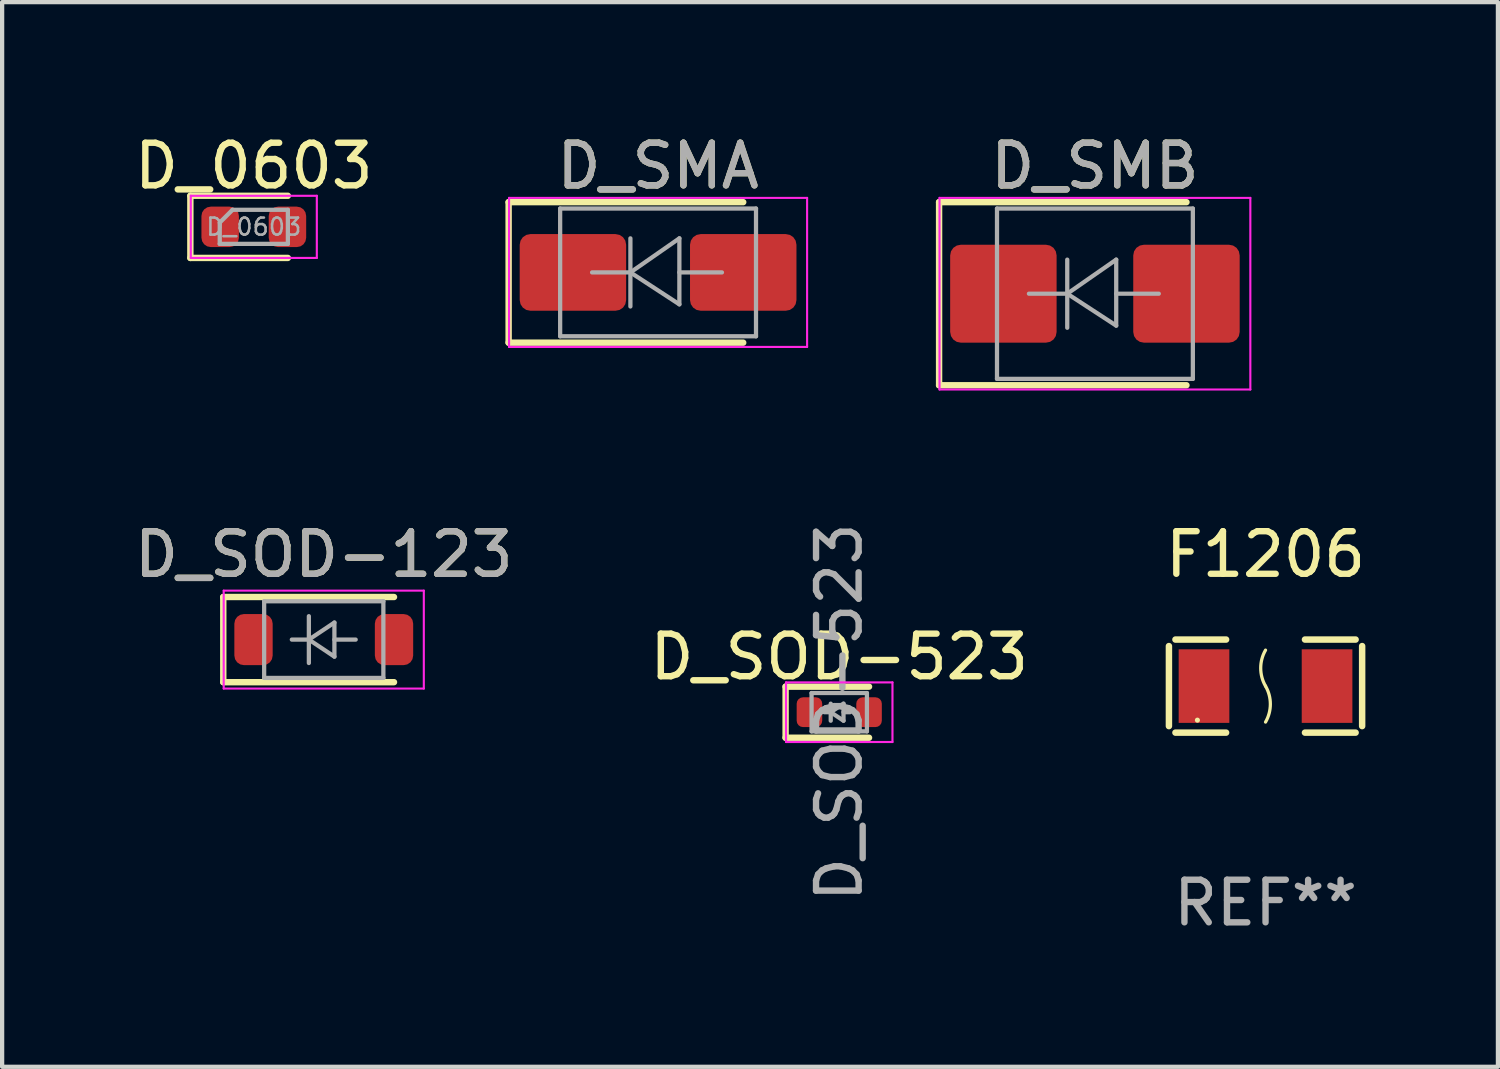
<source format=kicad_pcb>
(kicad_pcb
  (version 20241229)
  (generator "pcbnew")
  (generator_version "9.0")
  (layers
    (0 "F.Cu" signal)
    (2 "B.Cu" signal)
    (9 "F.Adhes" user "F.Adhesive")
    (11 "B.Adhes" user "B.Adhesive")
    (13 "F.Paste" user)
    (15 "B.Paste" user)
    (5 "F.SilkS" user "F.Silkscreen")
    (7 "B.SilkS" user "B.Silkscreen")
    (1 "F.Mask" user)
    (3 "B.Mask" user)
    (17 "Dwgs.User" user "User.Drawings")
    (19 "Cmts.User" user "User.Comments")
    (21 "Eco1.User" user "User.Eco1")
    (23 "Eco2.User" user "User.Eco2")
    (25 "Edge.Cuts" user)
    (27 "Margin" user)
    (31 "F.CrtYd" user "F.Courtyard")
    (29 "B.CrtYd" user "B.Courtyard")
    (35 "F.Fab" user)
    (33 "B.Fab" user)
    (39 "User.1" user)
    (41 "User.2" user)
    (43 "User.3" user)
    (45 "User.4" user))
  (footprint "D_SMA"
    (layer "F.Cu")
    (at 12.406 3.348)
    (property "Reference" "D_SMA" (at 0 -2.5 180) (layer "F.SilkS") (effects (font (size 1 1) (thickness 0.15))))
    (attr smd)
    (fp_line (start -3.51 -1.65) (end -3.51 1.65) (stroke (width 0.15) (type solid)) (layer "F.SilkS"))
    (fp_line (start -3.51 -1.65) (end 2 -1.65) (stroke (width 0.15) (type solid)) (layer "F.SilkS"))
    (fp_line (start -3.51 1.65) (end 2 1.65) (stroke (width 0.15) (type solid)) (layer "F.SilkS"))
    (fp_line (start -3.5 -1.75) (end 3.5 -1.75) (stroke (width 0.05) (type solid)) (layer "F.CrtYd"))
    (fp_line (start -3.5 1.75) (end -3.5 -1.75) (stroke (width 0.05) (type solid)) (layer "F.CrtYd"))
    (fp_line (start 3.5 -1.75) (end 3.5 1.75) (stroke (width 0.05) (type solid)) (layer "F.CrtYd"))
    (fp_line (start 3.5 1.75) (end -3.5 1.75) (stroke (width 0.05) (type solid)) (layer "F.CrtYd"))
    (fp_line (start -2.3 1.5) (end -2.3 -1.5) (stroke (width 0.1) (type solid)) (layer "F.Fab"))
    (fp_line (start -0.65 -0.8) (end -0.65 0.8) (stroke (width 0.1) (type solid)) (layer "F.Fab"))
    (fp_line (start -0.65 0) (end -1.55 0) (stroke (width 0.1) (type solid)) (layer "F.Fab"))
    (fp_line (start -0.65 0) (end 0.5 -0.8) (stroke (width 0.1) (type solid)) (layer "F.Fab"))
    (fp_line (start -0.65 0) (end 0.5 0.75) (stroke (width 0.1) (type solid)) (layer "F.Fab"))
    (fp_line (start 0.5 0) (end 1.5 0) (stroke (width 0.1) (type solid)) (layer "F.Fab"))
    (fp_line (start 0.5 0.75) (end 0.5 -0.8) (stroke (width 0.1) (type solid)) (layer "F.Fab"))
    (fp_line (start 2.3 -1.5) (end -2.3 -1.5) (stroke (width 0.1) (type solid)) (layer "F.Fab"))
    (fp_line (start 2.3 -1.5) (end 2.3 1.5) (stroke (width 0.1) (type solid)) (layer "F.Fab"))
    (fp_line (start 2.3 1.5) (end -2.3 1.5) (stroke (width 0.1) (type solid)) (layer "F.Fab"))
    (fp_text user "${REFERENCE}" (at 0 -2.5 180) (layer "F.Fab") (effects (font (size 1 1) (thickness 0.15))))
    (pad "1" smd roundrect (at -2 0) (size 2.5 1.8) (layers "F.Cu" "F.Mask" "F.Paste") (roundrect_rratio 0.139))
    (pad "2" smd roundrect (at 2 0) (size 2.5 1.8) (layers "F.Cu" "F.Mask" "F.Paste") (roundrect_rratio 0.139)))
  (footprint "D_SMB"
    (layer "F.Cu")
    (at 22.666 3.848)
    (property "Reference" "D_SMB" (at 0 -3 180) (layer "F.SilkS") (effects (font (size 1 1) (thickness 0.15))))
    (attr smd)
    (fp_line (start -3.66 -2.15) (end -3.66 2.15) (stroke (width 0.15) (type solid)) (layer "F.SilkS"))
    (fp_line (start -3.66 -2.15) (end 2.15 -2.15) (stroke (width 0.15) (type solid)) (layer "F.SilkS"))
    (fp_line (start -3.66 2.15) (end 2.15 2.15) (stroke (width 0.15) (type solid)) (layer "F.SilkS"))
    (fp_line (start -3.65 -2.25) (end 3.65 -2.25) (stroke (width 0.05) (type solid)) (layer "F.CrtYd"))
    (fp_line (start -3.65 2.25) (end -3.65 -2.25) (stroke (width 0.05) (type solid)) (layer "F.CrtYd"))
    (fp_line (start 3.65 -2.25) (end 3.65 2.25) (stroke (width 0.05) (type solid)) (layer "F.CrtYd"))
    (fp_line (start 3.65 2.25) (end -3.65 2.25) (stroke (width 0.05) (type solid)) (layer "F.CrtYd"))
    (fp_line (start -2.3 2) (end -2.3 -2) (stroke (width 0.1) (type solid)) (layer "F.Fab"))
    (fp_line (start -0.65 -0.8) (end -0.65 0.8) (stroke (width 0.1) (type solid)) (layer "F.Fab"))
    (fp_line (start -0.65 0) (end -1.55 0) (stroke (width 0.1) (type solid)) (layer "F.Fab"))
    (fp_line (start -0.65 0) (end 0.5 -0.8) (stroke (width 0.1) (type solid)) (layer "F.Fab"))
    (fp_line (start -0.65 0) (end 0.5 0.75) (stroke (width 0.1) (type solid)) (layer "F.Fab"))
    (fp_line (start 0.5 0) (end 1.5 0) (stroke (width 0.1) (type solid)) (layer "F.Fab"))
    (fp_line (start 0.5 0.75) (end 0.5 -0.8) (stroke (width 0.1) (type solid)) (layer "F.Fab"))
    (fp_line (start 2.3 -2) (end -2.3 -2) (stroke (width 0.1) (type solid)) (layer "F.Fab"))
    (fp_line (start 2.3 -2) (end 2.3 2) (stroke (width 0.1) (type solid)) (layer "F.Fab"))
    (fp_line (start 2.3 2) (end -2.3 2) (stroke (width 0.1) (type solid)) (layer "F.Fab"))
    (fp_text user "${REFERENCE}" (at 0 -3 180) (layer "F.Fab") (effects (font (size 1 1) (thickness 0.15))))
    (pad "1" smd roundrect (at -2.15 0) (size 2.5 2.3) (layers "F.Cu" "F.Mask" "F.Paste") (roundrect_rratio 0.109))
    (pad "2" smd roundrect (at 2.15 0) (size 2.5 2.3) (layers "F.Cu" "F.Mask" "F.Paste") (roundrect_rratio 0.109)))
  (footprint "D_0603"
    (layer "F.Cu")
    (at 2.911 2.278)
    (property "Reference" "D_0603" (at 0 -1.43 0) (layer "F.SilkS") (effects (font (size 1 1) (thickness 0.15))))
    (attr smd)
    (fp_line (start -1.49 -0.73) (end -1.49 0.73) (stroke (width 0.15) (type solid)) (layer "F.SilkS"))
    (fp_line (start -1.49 0.73) (end 0.8 0.73) (stroke (width 0.15) (type solid)) (layer "F.SilkS"))
    (fp_line (start 0.8 -0.73) (end -1.49 -0.73) (stroke (width 0.15) (type solid)) (layer "F.SilkS"))
    (fp_line (start -1.48 -0.73) (end 1.48 -0.73) (stroke (width 0.05) (type solid)) (layer "F.CrtYd"))
    (fp_line (start -1.48 0.73) (end -1.48 -0.73) (stroke (width 0.05) (type solid)) (layer "F.CrtYd"))
    (fp_line (start 1.48 -0.73) (end 1.48 0.73) (stroke (width 0.05) (type solid)) (layer "F.CrtYd"))
    (fp_line (start 1.48 0.73) (end -1.48 0.73) (stroke (width 0.05) (type solid)) (layer "F.CrtYd"))
    (fp_line (start -0.8 -0.1) (end -0.8 0.4) (stroke (width 0.1) (type solid)) (layer "F.Fab"))
    (fp_line (start -0.8 0.4) (end 0.8 0.4) (stroke (width 0.1) (type solid)) (layer "F.Fab"))
    (fp_line (start -0.5 -0.4) (end -0.8 -0.1) (stroke (width 0.1) (type solid)) (layer "F.Fab"))
    (fp_line (start 0.8 -0.4) (end -0.5 -0.4) (stroke (width 0.1) (type solid)) (layer "F.Fab"))
    (fp_line (start 0.8 0.4) (end 0.8 -0.4) (stroke (width 0.1) (type solid)) (layer "F.Fab"))
    (fp_text user "${REFERENCE}" (at 0 0 0) (layer "F.Fab") (effects (font (size 0.4 0.4) (thickness 0.06))))
    (pad "1" smd roundrect (at -0.79 0) (size 0.88 0.95) (layers "F.Cu" "F.Mask" "F.Paste") (roundrect_rratio 0.25))
    (pad "2" smd roundrect (at 0.79 0) (size 0.88 0.95) (layers "F.Cu" "F.Mask" "F.Paste") (roundrect_rratio 0.25)))
  (footprint "F1206"
    (layer "F.Cu")
    (at 26.673 13.064)
    (property "Reference" "F1206" (at 0 -3.093 0) (layer "F.SilkS") (effects (font (size 1 1) (thickness 0.15))))
    (attr smd)
    (fp_line (start -2.269 -0.94) (end -2.269 0.94) (stroke (width 0.152) (type solid)) (layer "F.SilkS"))
    (fp_line (start -2.116 1.093) (end -0.926 1.093) (stroke (width 0.152) (type solid)) (layer "F.SilkS"))
    (fp_line (start -0.926 -1.093) (end -2.116 -1.093) (stroke (width 0.152) (type solid)) (layer "F.SilkS"))
    (fp_line (start 0.926 -1.093) (end 2.116 -1.093) (stroke (width 0.152) (type solid)) (layer "F.SilkS"))
    (fp_line (start 2.116 1.093) (end 0.926 1.093) (stroke (width 0.152) (type solid)) (layer "F.SilkS"))
    (fp_line (start 2.269 -0.94) (end 2.269 0.94) (stroke (width 0.152) (type solid)) (layer "F.SilkS"))
    (fp_arc (start 0 0) (mid -0.113202 -0.422475) (end 0 -0.844951) (stroke (width 0.0762) (type solid)) (layer "F.SilkS"))
    (fp_arc (start 0 0) (mid 0.113202 0.422475) (end 0 0.844951) (stroke (width 0.0762) (type solid)) (layer "F.SilkS"))
    (fp_circle (center -1.6 0.8) (end -1.57 0.8) (stroke (width 0.06) (type solid)) (fill no) (layer "F.SilkS"))
    (fp_text user "REF**" (at 0 5.093 0) (layer "F.Fab") (effects (font (size 1 1) (thickness 0.15))))
    (pad "1" smd rect (at -1.445 0) (size 1.19 1.728) (layers "F.Cu" "F.Mask" "F.Paste"))
    (pad "2" smd rect (at 1.445 0) (size 1.19 1.728) (layers "F.Cu" "F.Mask" "F.Paste")))
  (footprint "D_SOD-523"
    (layer "F.Cu")
    (at 16.661 13.677)
    (property "Reference" "D_SOD-523" (at 0 -1.3 0) (layer "F.SilkS") (effects (font (size 1 1) (thickness 0.15))))
    (attr smd)
    (fp_line (start -1.26 -0.6) (end -1.26 0.6) (stroke (width 0.15) (type solid)) (layer "F.SilkS"))
    (fp_line (start 0.7 -0.6) (end -1.26 -0.6) (stroke (width 0.15) (type solid)) (layer "F.SilkS"))
    (fp_line (start 0.7 0.6) (end -1.26 0.6) (stroke (width 0.15) (type solid)) (layer "F.SilkS"))
    (fp_line (start -1.25 -0.7) (end 1.25 -0.7) (stroke (width 0.05) (type solid)) (layer "F.CrtYd"))
    (fp_line (start -1.25 0.7) (end -1.25 -0.7) (stroke (width 0.05) (type solid)) (layer "F.CrtYd"))
    (fp_line (start 1.25 -0.7) (end 1.25 0.7) (stroke (width 0.05) (type solid)) (layer "F.CrtYd"))
    (fp_line (start 1.25 0.7) (end -1.25 0.7) (stroke (width 0.05) (type solid)) (layer "F.CrtYd"))
    (fp_line (start -0.65 -0.45) (end 0.65 -0.45) (stroke (width 0.1) (type solid)) (layer "F.Fab"))
    (fp_line (start -0.65 0.45) (end -0.65 -0.45) (stroke (width 0.1) (type solid)) (layer "F.Fab"))
    (fp_line (start -0.2 0) (end -0.35 0) (stroke (width 0.1) (type solid)) (layer "F.Fab"))
    (fp_line (start -0.2 0) (end 0.1 0.2) (stroke (width 0.1) (type solid)) (layer "F.Fab"))
    (fp_line (start -0.2 0.2) (end -0.2 -0.2) (stroke (width 0.1) (type solid)) (layer "F.Fab"))
    (fp_line (start 0.1 -0.2) (end -0.2 0) (stroke (width 0.1) (type solid)) (layer "F.Fab"))
    (fp_line (start 0.1 0) (end 0.25 0) (stroke (width 0.1) (type solid)) (layer "F.Fab"))
    (fp_line (start 0.1 0.2) (end 0.1 -0.2) (stroke (width 0.1) (type solid)) (layer "F.Fab"))
    (fp_line (start 0.65 -0.45) (end 0.65 0.45) (stroke (width 0.1) (type solid)) (layer "F.Fab"))
    (fp_line (start 0.65 0.45) (end -0.65 0.45) (stroke (width 0.1) (type solid)) (layer "F.Fab"))
    (fp_text user "${REFERENCE}" (at 0 0 90) (layer "F.Fab") (effects (font (size 1 1) (thickness 0.15))))
    (pad "1" smd roundrect (at -0.7 0 180) (size 0.6 0.7) (layers "F.Cu" "F.Mask" "F.Paste") (roundrect_rratio 0.25))
    (pad "2" smd roundrect (at 0.7 0 180) (size 0.6 0.7) (layers "F.Cu" "F.Mask" "F.Paste") (roundrect_rratio 0.25)))
  (footprint "D_SOD-123"
    (layer "F.Cu")
    (at 4.554 11.972)
    (property "Reference" "D_SOD-123" (at 0 -2 0) (layer "F.SilkS") (effects (font (size 1 1) (thickness 0.15))))
    (attr smd)
    (fp_line (start -2.36 -1) (end -2.36 1) (stroke (width 0.15) (type solid)) (layer "F.SilkS"))
    (fp_line (start -2.36 -1) (end 1.65 -1) (stroke (width 0.15) (type solid)) (layer "F.SilkS"))
    (fp_line (start -2.36 1) (end 1.65 1) (stroke (width 0.15) (type solid)) (layer "F.SilkS"))
    (fp_line (start -2.35 -1.15) (end -2.35 1.15) (stroke (width 0.05) (type solid)) (layer "F.CrtYd"))
    (fp_line (start -2.35 -1.15) (end 2.35 -1.15) (stroke (width 0.05) (type solid)) (layer "F.CrtYd"))
    (fp_line (start 2.35 -1.15) (end 2.35 1.15) (stroke (width 0.05) (type solid)) (layer "F.CrtYd"))
    (fp_line (start 2.35 1.15) (end -2.35 1.15) (stroke (width 0.05) (type solid)) (layer "F.CrtYd"))
    (fp_line (start -1.4 -0.9) (end 1.4 -0.9) (stroke (width 0.1) (type solid)) (layer "F.Fab"))
    (fp_line (start -1.4 0.9) (end -1.4 -0.9) (stroke (width 0.1) (type solid)) (layer "F.Fab"))
    (fp_line (start -0.75 0) (end -0.35 0) (stroke (width 0.1) (type solid)) (layer "F.Fab"))
    (fp_line (start -0.35 0) (end -0.35 -0.55) (stroke (width 0.1) (type solid)) (layer "F.Fab"))
    (fp_line (start -0.35 0) (end -0.35 0.55) (stroke (width 0.1) (type solid)) (layer "F.Fab"))
    (fp_line (start -0.35 0) (end 0.25 -0.4) (stroke (width 0.1) (type solid)) (layer "F.Fab"))
    (fp_line (start 0.25 -0.4) (end 0.25 0.4) (stroke (width 0.1) (type solid)) (layer "F.Fab"))
    (fp_line (start 0.25 0) (end 0.75 0) (stroke (width 0.1) (type solid)) (layer "F.Fab"))
    (fp_line (start 0.25 0.4) (end -0.35 0) (stroke (width 0.1) (type solid)) (layer "F.Fab"))
    (fp_line (start 1.4 -0.9) (end 1.4 0.9) (stroke (width 0.1) (type solid)) (layer "F.Fab"))
    (fp_line (start 1.4 0.9) (end -1.4 0.9) (stroke (width 0.1) (type solid)) (layer "F.Fab"))
    (fp_text user "${REFERENCE}" (at 0 -2 0) (layer "F.Fab") (effects (font (size 1 1) (thickness 0.15))))
    (pad "1" smd roundrect (at -1.65 0) (size 0.9 1.2) (layers "F.Cu" "F.Mask" "F.Paste") (roundrect_rratio 0.25))
    (pad "2" smd roundrect (at 1.65 0) (size 0.9 1.2) (layers "F.Cu" "F.Mask" "F.Paste") (roundrect_rratio 0.25)))
  (gr_rect
    (start -3 -3)
    (end 32.131 22.005)
    (stroke (width 0.1) (type default))
    (fill no)
    (layer "Edge.Cuts")))
</source>
